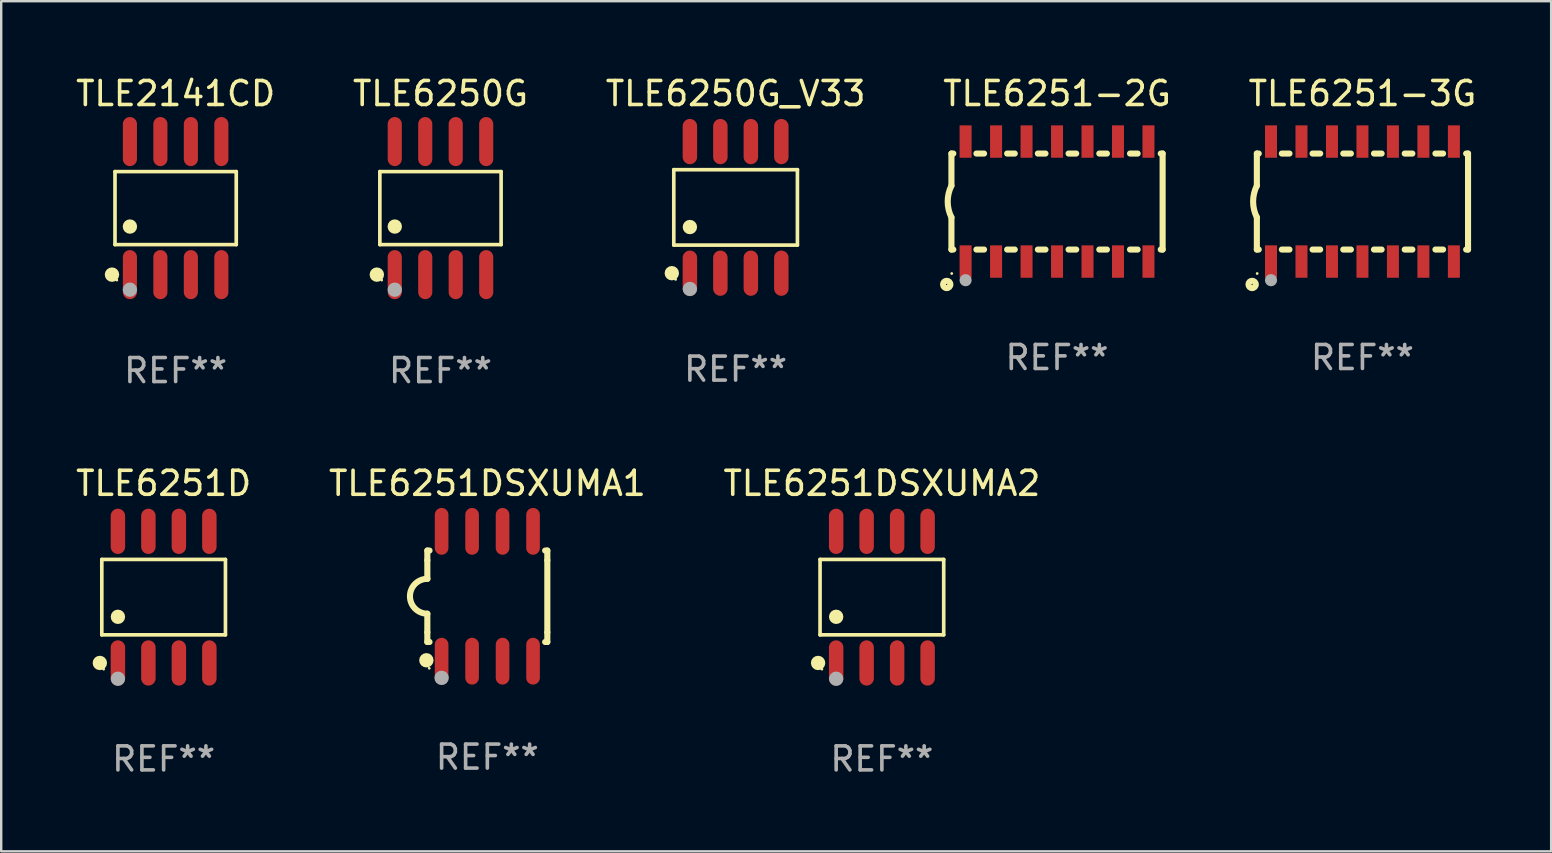
<source format=kicad_pcb>
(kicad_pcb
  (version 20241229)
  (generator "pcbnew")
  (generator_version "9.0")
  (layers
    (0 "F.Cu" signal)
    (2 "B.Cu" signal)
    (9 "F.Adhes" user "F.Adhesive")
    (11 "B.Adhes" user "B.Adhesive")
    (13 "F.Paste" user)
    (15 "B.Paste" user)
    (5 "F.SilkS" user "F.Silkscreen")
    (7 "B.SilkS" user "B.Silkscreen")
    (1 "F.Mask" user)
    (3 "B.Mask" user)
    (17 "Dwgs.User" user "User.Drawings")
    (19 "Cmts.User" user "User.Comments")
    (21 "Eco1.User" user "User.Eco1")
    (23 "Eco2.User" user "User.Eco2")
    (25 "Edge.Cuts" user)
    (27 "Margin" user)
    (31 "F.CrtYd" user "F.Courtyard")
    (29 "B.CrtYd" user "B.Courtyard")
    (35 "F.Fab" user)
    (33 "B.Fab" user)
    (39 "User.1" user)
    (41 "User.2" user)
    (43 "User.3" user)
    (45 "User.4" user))
  (footprint "TLE2141CD"
    (layer "F.Cu")
    (at 4.268 5.621)
    (property "Reference" "TLE2141CD" (at 0 -4.772 0) (layer "F.SilkS") (effects (font (size 1 1) (thickness 0.15))))
    (attr through_hole)
    (fp_line (start -2.526 -1.521) (end 2.526 -1.521) (stroke (width 0.152) (type solid)) (layer "F.SilkS"))
    (fp_line (start -2.526 1.521) (end -2.526 -1.521) (stroke (width 0.152) (type solid)) (layer "F.SilkS"))
    (fp_line (start 2.526 -1.521) (end 2.526 1.521) (stroke (width 0.152) (type solid)) (layer "F.SilkS"))
    (fp_line (start 2.526 1.521) (end -2.526 1.521) (stroke (width 0.152) (type solid)) (layer "F.SilkS"))
    (fp_circle (center -2.652 2.772) (end -2.501 2.772) (stroke (width 0.3) (type solid)) (fill no) (layer "F.SilkS"))
    (fp_circle (center -2.45 3) (end -2.42 3) (stroke (width 0.06) (type solid)) (fill no) (layer "F.SilkS"))
    (fp_circle (center -1.905 0.769) (end -1.755 0.769) (stroke (width 0.3) (type solid)) (fill no) (layer "F.SilkS"))
    (fp_circle (center -1.905 3.4) (end -1.755 3.4) (stroke (width 0.3) (type solid)) (fill no) (layer "F.Fab"))
    (fp_text user "REF**" (at 0 6.772 0) (layer "F.Fab") (effects (font (size 1 1) (thickness 0.15))))
    (pad "1" smd oval (at -1.905 2.772) (size 0.588 2.045) (layers "F.Cu" "F.Mask" "F.Paste"))
    (pad "2" smd oval (at -0.635 2.772) (size 0.588 2.045) (layers "F.Cu" "F.Mask" "F.Paste"))
    (pad "3" smd oval (at 0.635 2.772) (size 0.588 2.045) (layers "F.Cu" "F.Mask" "F.Paste"))
    (pad "4" smd oval (at 1.905 2.772) (size 0.588 2.045) (layers "F.Cu" "F.Mask" "F.Paste"))
    (pad "5" smd oval (at 1.905 -2.772) (size 0.588 2.045) (layers "F.Cu" "F.Mask" "F.Paste"))
    (pad "6" smd oval (at 0.635 -2.772) (size 0.588 2.045) (layers "F.Cu" "F.Mask" "F.Paste"))
    (pad "7" smd oval (at -0.635 -2.772) (size 0.588 2.045) (layers "F.Cu" "F.Mask" "F.Paste"))
    (pad "8" smd oval (at -1.905 -2.772) (size 0.588 2.045) (layers "F.Cu" "F.Mask" "F.Paste")))
  (footprint "TLE6251D"
    (layer "F.Cu")
    (at 3.768 21.832)
    (property "Reference" "TLE6251D" (at 0 -4.742 0) (layer "F.SilkS") (effects (font (size 1 1) (thickness 0.15))))
    (attr through_hole)
    (fp_line (start -2.576 -1.571) (end 2.576 -1.571) (stroke (width 0.152) (type solid)) (layer "F.SilkS"))
    (fp_line (start -2.576 1.571) (end -2.576 -1.571) (stroke (width 0.152) (type solid)) (layer "F.SilkS"))
    (fp_line (start 2.576 -1.571) (end 2.576 1.571) (stroke (width 0.152) (type solid)) (layer "F.SilkS"))
    (fp_line (start 2.576 1.571) (end -2.576 1.571) (stroke (width 0.152) (type solid)) (layer "F.SilkS"))
    (fp_circle (center -2.658 2.742) (end -2.508 2.742) (stroke (width 0.3) (type solid)) (fill no) (layer "F.SilkS"))
    (fp_circle (center -2.5 3) (end -2.47 3) (stroke (width 0.06) (type solid)) (fill no) (layer "F.SilkS"))
    (fp_circle (center -1.905 0.819) (end -1.755 0.819) (stroke (width 0.3) (type solid)) (fill no) (layer "F.SilkS"))
    (fp_circle (center -1.905 3.4) (end -1.755 3.4) (stroke (width 0.3) (type solid)) (fill no) (layer "F.Fab"))
    (fp_text user "REF**" (at 0 6.742 0) (layer "F.Fab") (effects (font (size 1 1) (thickness 0.15))))
    (pad "1" smd oval (at -1.905 2.742) (size 0.602 1.885) (layers "F.Cu" "F.Mask" "F.Paste"))
    (pad "2" smd oval (at -0.635 2.742) (size 0.602 1.885) (layers "F.Cu" "F.Mask" "F.Paste"))
    (pad "3" smd oval (at 0.635 2.742) (size 0.602 1.885) (layers "F.Cu" "F.Mask" "F.Paste"))
    (pad "4" smd oval (at 1.905 2.742) (size 0.602 1.885) (layers "F.Cu" "F.Mask" "F.Paste"))
    (pad "5" smd oval (at 1.905 -2.742) (size 0.602 1.885) (layers "F.Cu" "F.Mask" "F.Paste"))
    (pad "6" smd oval (at 0.635 -2.742) (size 0.602 1.885) (layers "F.Cu" "F.Mask" "F.Paste"))
    (pad "7" smd oval (at -0.635 -2.742) (size 0.602 1.885) (layers "F.Cu" "F.Mask" "F.Paste"))
    (pad "8" smd oval (at -1.905 -2.742) (size 0.602 1.885) (layers "F.Cu" "F.Mask" "F.Paste")))
  (footprint "TLE6250G"
    (layer "F.Cu")
    (at 15.304 5.621)
    (property "Reference" "TLE6250G" (at 0 -4.772 0) (layer "F.SilkS") (effects (font (size 1 1) (thickness 0.15))))
    (attr through_hole)
    (fp_line (start -2.526 -1.521) (end 2.526 -1.521) (stroke (width 0.152) (type solid)) (layer "F.SilkS"))
    (fp_line (start -2.526 1.521) (end -2.526 -1.521) (stroke (width 0.152) (type solid)) (layer "F.SilkS"))
    (fp_line (start 2.526 -1.521) (end 2.526 1.521) (stroke (width 0.152) (type solid)) (layer "F.SilkS"))
    (fp_line (start 2.526 1.521) (end -2.526 1.521) (stroke (width 0.152) (type solid)) (layer "F.SilkS"))
    (fp_circle (center -2.652 2.772) (end -2.501 2.772) (stroke (width 0.3) (type solid)) (fill no) (layer "F.SilkS"))
    (fp_circle (center -2.45 3) (end -2.42 3) (stroke (width 0.06) (type solid)) (fill no) (layer "F.SilkS"))
    (fp_circle (center -1.905 0.769) (end -1.755 0.769) (stroke (width 0.3) (type solid)) (fill no) (layer "F.SilkS"))
    (fp_circle (center -1.905 3.4) (end -1.755 3.4) (stroke (width 0.3) (type solid)) (fill no) (layer "F.Fab"))
    (fp_text user "REF**" (at 0 6.772 0) (layer "F.Fab") (effects (font (size 1 1) (thickness 0.15))))
    (pad "1" smd oval (at -1.905 2.772) (size 0.588 2.045) (layers "F.Cu" "F.Mask" "F.Paste"))
    (pad "2" smd oval (at -0.635 2.772) (size 0.588 2.045) (layers "F.Cu" "F.Mask" "F.Paste"))
    (pad "3" smd oval (at 0.635 2.772) (size 0.588 2.045) (layers "F.Cu" "F.Mask" "F.Paste"))
    (pad "4" smd oval (at 1.905 2.772) (size 0.588 2.045) (layers "F.Cu" "F.Mask" "F.Paste"))
    (pad "5" smd oval (at 1.905 -2.772) (size 0.588 2.045) (layers "F.Cu" "F.Mask" "F.Paste"))
    (pad "6" smd oval (at 0.635 -2.772) (size 0.588 2.045) (layers "F.Cu" "F.Mask" "F.Paste"))
    (pad "7" smd oval (at -0.635 -2.772) (size 0.588 2.045) (layers "F.Cu" "F.Mask" "F.Paste"))
    (pad "8" smd oval (at -1.905 -2.772) (size 0.588 2.045) (layers "F.Cu" "F.Mask" "F.Paste")))
  (footprint "TLE6251DSXUMA2"
    (layer "F.Cu")
    (at 33.696 21.832)
    (property "Reference" "TLE6251DSXUMA2" (at 0 -4.742 0) (layer "F.SilkS") (effects (font (size 1 1) (thickness 0.15))))
    (attr through_hole)
    (fp_line (start -2.576 -1.571) (end 2.576 -1.571) (stroke (width 0.152) (type solid)) (layer "F.SilkS"))
    (fp_line (start -2.576 1.571) (end -2.576 -1.571) (stroke (width 0.152) (type solid)) (layer "F.SilkS"))
    (fp_line (start 2.576 -1.571) (end 2.576 1.571) (stroke (width 0.152) (type solid)) (layer "F.SilkS"))
    (fp_line (start 2.576 1.571) (end -2.576 1.571) (stroke (width 0.152) (type solid)) (layer "F.SilkS"))
    (fp_circle (center -2.658 2.742) (end -2.508 2.742) (stroke (width 0.3) (type solid)) (fill no) (layer "F.SilkS"))
    (fp_circle (center -2.5 3) (end -2.47 3) (stroke (width 0.06) (type solid)) (fill no) (layer "F.SilkS"))
    (fp_circle (center -1.905 0.819) (end -1.755 0.819) (stroke (width 0.3) (type solid)) (fill no) (layer "F.SilkS"))
    (fp_circle (center -1.905 3.4) (end -1.755 3.4) (stroke (width 0.3) (type solid)) (fill no) (layer "F.Fab"))
    (fp_text user "REF**" (at 0 6.742 0) (layer "F.Fab") (effects (font (size 1 1) (thickness 0.15))))
    (pad "1" smd oval (at -1.905 2.742) (size 0.602 1.885) (layers "F.Cu" "F.Mask" "F.Paste"))
    (pad "2" smd oval (at -0.635 2.742) (size 0.602 1.885) (layers "F.Cu" "F.Mask" "F.Paste"))
    (pad "3" smd oval (at 0.635 2.742) (size 0.602 1.885) (layers "F.Cu" "F.Mask" "F.Paste"))
    (pad "4" smd oval (at 1.905 2.742) (size 0.602 1.885) (layers "F.Cu" "F.Mask" "F.Paste"))
    (pad "5" smd oval (at 1.905 -2.742) (size 0.602 1.885) (layers "F.Cu" "F.Mask" "F.Paste"))
    (pad "6" smd oval (at 0.635 -2.742) (size 0.602 1.885) (layers "F.Cu" "F.Mask" "F.Paste"))
    (pad "7" smd oval (at -0.635 -2.742) (size 0.602 1.885) (layers "F.Cu" "F.Mask" "F.Paste"))
    (pad "8" smd oval (at -1.905 -2.742) (size 0.602 1.885) (layers "F.Cu" "F.Mask" "F.Paste")))
  (footprint "TLE6250G_V33"
    (layer "F.Cu")
    (at 27.601 5.591)
    (property "Reference" "TLE6250G_V33" (at 0 -4.742 0) (layer "F.SilkS") (effects (font (size 1 1) (thickness 0.15))))
    (attr through_hole)
    (fp_line (start -2.576 -1.571) (end 2.576 -1.571) (stroke (width 0.152) (type solid)) (layer "F.SilkS"))
    (fp_line (start -2.576 1.571) (end -2.576 -1.571) (stroke (width 0.152) (type solid)) (layer "F.SilkS"))
    (fp_line (start 2.576 -1.571) (end 2.576 1.571) (stroke (width 0.152) (type solid)) (layer "F.SilkS"))
    (fp_line (start 2.576 1.571) (end -2.576 1.571) (stroke (width 0.152) (type solid)) (layer "F.SilkS"))
    (fp_circle (center -2.658 2.742) (end -2.508 2.742) (stroke (width 0.3) (type solid)) (fill no) (layer "F.SilkS"))
    (fp_circle (center -2.5 3) (end -2.47 3) (stroke (width 0.06) (type solid)) (fill no) (layer "F.SilkS"))
    (fp_circle (center -1.905 0.819) (end -1.755 0.819) (stroke (width 0.3) (type solid)) (fill no) (layer "F.SilkS"))
    (fp_circle (center -1.905 3.4) (end -1.755 3.4) (stroke (width 0.3) (type solid)) (fill no) (layer "F.Fab"))
    (fp_text user "REF**" (at 0 6.742 0) (layer "F.Fab") (effects (font (size 1 1) (thickness 0.15))))
    (pad "1" smd oval (at -1.905 2.742) (size 0.602 1.885) (layers "F.Cu" "F.Mask" "F.Paste"))
    (pad "2" smd oval (at -0.635 2.742) (size 0.602 1.885) (layers "F.Cu" "F.Mask" "F.Paste"))
    (pad "3" smd oval (at 0.635 2.742) (size 0.602 1.885) (layers "F.Cu" "F.Mask" "F.Paste"))
    (pad "4" smd oval (at 1.905 2.742) (size 0.602 1.885) (layers "F.Cu" "F.Mask" "F.Paste"))
    (pad "5" smd oval (at 1.905 -2.742) (size 0.602 1.885) (layers "F.Cu" "F.Mask" "F.Paste"))
    (pad "6" smd oval (at 0.635 -2.742) (size 0.602 1.885) (layers "F.Cu" "F.Mask" "F.Paste"))
    (pad "7" smd oval (at -0.635 -2.742) (size 0.602 1.885) (layers "F.Cu" "F.Mask" "F.Paste"))
    (pad "8" smd oval (at -1.905 -2.742) (size 0.602 1.885) (layers "F.Cu" "F.Mask" "F.Paste")))
  (footprint "TLE6251-2G"
    (layer "F.Cu")
    (at 40.994 5.348)
    (property "Reference" "TLE6251-2G" (at 0 -4.5 0) (layer "F.SilkS") (effects (font (size 1 1) (thickness 0.15))))
    (attr through_hole)
    (fp_line (start -4.4 -2) (end -4.4 -0.66) (stroke (width 0.254) (type solid)) (layer "F.SilkS"))
    (fp_line (start -4.4 -2) (end -4.321 -2) (stroke (width 0.254) (type solid)) (layer "F.SilkS"))
    (fp_line (start -4.4 2) (end -4.4 0.66) (stroke (width 0.254) (type solid)) (layer "F.SilkS"))
    (fp_line (start -4.4 2) (end -4.321 2) (stroke (width 0.254) (type solid)) (layer "F.SilkS"))
    (fp_line (start -3.359 -2) (end -3.041 -2) (stroke (width 0.254) (type solid)) (layer "F.SilkS"))
    (fp_line (start -3.359 2) (end -3.041 2) (stroke (width 0.254) (type solid)) (layer "F.SilkS"))
    (fp_line (start -2.079 -2) (end -1.761 -2) (stroke (width 0.254) (type solid)) (layer "F.SilkS"))
    (fp_line (start -2.079 2) (end -1.761 2) (stroke (width 0.254) (type solid)) (layer "F.SilkS"))
    (fp_line (start -0.799 -2) (end -0.481 -2) (stroke (width 0.254) (type solid)) (layer "F.SilkS"))
    (fp_line (start -0.799 2) (end -0.481 2) (stroke (width 0.254) (type solid)) (layer "F.SilkS"))
    (fp_line (start 0.481 -2) (end 0.799 -2) (stroke (width 0.254) (type solid)) (layer "F.SilkS"))
    (fp_line (start 0.481 2) (end 0.799 2) (stroke (width 0.254) (type solid)) (layer "F.SilkS"))
    (fp_line (start 1.761 -2) (end 2.079 -2) (stroke (width 0.254) (type solid)) (layer "F.SilkS"))
    (fp_line (start 1.761 2) (end 2.079 2) (stroke (width 0.254) (type solid)) (layer "F.SilkS"))
    (fp_line (start 3.041 -2) (end 3.359 -2) (stroke (width 0.254) (type solid)) (layer "F.SilkS"))
    (fp_line (start 3.041 2) (end 3.359 2) (stroke (width 0.254) (type solid)) (layer "F.SilkS"))
    (fp_line (start 4.321 -2) (end 4.4 -2) (stroke (width 0.254) (type solid)) (layer "F.SilkS"))
    (fp_line (start 4.321 2) (end 4.4 2) (stroke (width 0.254) (type solid)) (layer "F.SilkS"))
    (fp_line (start 4.4 2) (end 4.4 -2) (stroke (width 0.254) (type solid)) (layer "F.SilkS"))
    (fp_arc (start -4.399314 0.660274) (mid -4.555404 0.000172) (end -4.400025 -0.660097) (stroke (width 0.254001) (type solid)) (layer "F.SilkS"))
    (fp_circle (center -4.597 3.454) (end -4.572 3.454) (stroke (width 0.254) (type solid)) (fill no) (layer "F.SilkS"))
    (fp_circle (center -4.387 2.999) (end -4.357 2.999) (stroke (width 0.06) (type solid)) (fill no) (layer "F.SilkS"))
    (fp_circle (center -3.81 3.277) (end -3.683 3.277) (stroke (width 0.254) (type solid)) (fill no) (layer "F.Fab"))
    (fp_text user "REF**" (at 0 6.5 0) (layer "F.Fab") (effects (font (size 1 1) (thickness 0.15))))
    (pad "1" smd rect (at -3.81 2.5 90) (size 1.35 0.5) (layers "F.Cu" "F.Mask" "F.Paste"))
    (pad "2" smd rect (at -2.54 2.5 90) (size 1.35 0.5) (layers "F.Cu" "F.Mask" "F.Paste"))
    (pad "3" smd rect (at -1.27 2.5 90) (size 1.35 0.5) (layers "F.Cu" "F.Mask" "F.Paste"))
    (pad "4" smd rect (at -0.000025 2.5 90) (size 1.35 0.5) (layers "F.Cu" "F.Mask" "F.Paste"))
    (pad "5" smd rect (at 1.27 2.5 90) (size 1.35 0.5) (layers "F.Cu" "F.Mask" "F.Paste"))
    (pad "6" smd rect (at 2.54 2.5 90) (size 1.35 0.5) (layers "F.Cu" "F.Mask" "F.Paste"))
    (pad "7" smd rect (at 3.81 2.5 90) (size 1.35 0.5) (layers "F.Cu" "F.Mask" "F.Paste"))
    (pad "8" smd rect (at 3.81 -2.5 90) (size 1.35 0.5) (layers "F.Cu" "F.Mask" "F.Paste"))
    (pad "9" smd rect (at 2.54 -2.5 90) (size 1.35 0.5) (layers "F.Cu" "F.Mask" "F.Paste"))
    (pad "10" smd rect (at 1.27 -2.5 90) (size 1.35 0.5) (layers "F.Cu" "F.Mask" "F.Paste"))
    (pad "11" smd rect (at -0.000025 -2.5 90) (size 1.35 0.5) (layers "F.Cu" "F.Mask" "F.Paste"))
    (pad "12" smd rect (at -1.27 -2.5 90) (size 1.35 0.5) (layers "F.Cu" "F.Mask" "F.Paste"))
    (pad "13" smd rect (at -2.54 -2.5 90) (size 1.35 0.5) (layers "F.Cu" "F.Mask" "F.Paste"))
    (pad "14" smd rect (at -3.81 -2.5 90) (size 1.35 0.5) (layers "F.Cu" "F.Mask" "F.Paste")))
  (footprint "TLE6251-3G"
    (layer "F.Cu")
    (at 53.72 5.348)
    (property "Reference" "TLE6251-3G" (at 0 -4.5 0) (layer "F.SilkS") (effects (font (size 1 1) (thickness 0.15))))
    (attr through_hole)
    (fp_line (start -4.4 -2) (end -4.4 -0.66) (stroke (width 0.254) (type solid)) (layer "F.SilkS"))
    (fp_line (start -4.4 -2) (end -4.321 -2) (stroke (width 0.254) (type solid)) (layer "F.SilkS"))
    (fp_line (start -4.4 2) (end -4.4 0.66) (stroke (width 0.254) (type solid)) (layer "F.SilkS"))
    (fp_line (start -4.4 2) (end -4.321 2) (stroke (width 0.254) (type solid)) (layer "F.SilkS"))
    (fp_line (start -3.359 -2) (end -3.041 -2) (stroke (width 0.254) (type solid)) (layer "F.SilkS"))
    (fp_line (start -3.359 2) (end -3.041 2) (stroke (width 0.254) (type solid)) (layer "F.SilkS"))
    (fp_line (start -2.079 -2) (end -1.761 -2) (stroke (width 0.254) (type solid)) (layer "F.SilkS"))
    (fp_line (start -2.079 2) (end -1.761 2) (stroke (width 0.254) (type solid)) (layer "F.SilkS"))
    (fp_line (start -0.799 -2) (end -0.481 -2) (stroke (width 0.254) (type solid)) (layer "F.SilkS"))
    (fp_line (start -0.799 2) (end -0.481 2) (stroke (width 0.254) (type solid)) (layer "F.SilkS"))
    (fp_line (start 0.481 -2) (end 0.799 -2) (stroke (width 0.254) (type solid)) (layer "F.SilkS"))
    (fp_line (start 0.481 2) (end 0.799 2) (stroke (width 0.254) (type solid)) (layer "F.SilkS"))
    (fp_line (start 1.761 -2) (end 2.079 -2) (stroke (width 0.254) (type solid)) (layer "F.SilkS"))
    (fp_line (start 1.761 2) (end 2.079 2) (stroke (width 0.254) (type solid)) (layer "F.SilkS"))
    (fp_line (start 3.041 -2) (end 3.359 -2) (stroke (width 0.254) (type solid)) (layer "F.SilkS"))
    (fp_line (start 3.041 2) (end 3.359 2) (stroke (width 0.254) (type solid)) (layer "F.SilkS"))
    (fp_line (start 4.321 -2) (end 4.4 -2) (stroke (width 0.254) (type solid)) (layer "F.SilkS"))
    (fp_line (start 4.321 2) (end 4.4 2) (stroke (width 0.254) (type solid)) (layer "F.SilkS"))
    (fp_line (start 4.4 2) (end 4.4 -2) (stroke (width 0.254) (type solid)) (layer "F.SilkS"))
    (fp_arc (start -4.399314 0.660274) (mid -4.555404 0.000172) (end -4.400025 -0.660097) (stroke (width 0.254001) (type solid)) (layer "F.SilkS"))
    (fp_circle (center -4.597 3.454) (end -4.572 3.454) (stroke (width 0.254) (type solid)) (fill no) (layer "F.SilkS"))
    (fp_circle (center -4.387 2.999) (end -4.357 2.999) (stroke (width 0.06) (type solid)) (fill no) (layer "F.SilkS"))
    (fp_circle (center -3.81 3.277) (end -3.683 3.277) (stroke (width 0.254) (type solid)) (fill no) (layer "F.Fab"))
    (fp_text user "REF**" (at 0 6.5 0) (layer "F.Fab") (effects (font (size 1 1) (thickness 0.15))))
    (pad "1" smd rect (at -3.81 2.5 90) (size 1.35 0.5) (layers "F.Cu" "F.Mask" "F.Paste"))
    (pad "2" smd rect (at -2.54 2.5 90) (size 1.35 0.5) (layers "F.Cu" "F.Mask" "F.Paste"))
    (pad "3" smd rect (at -1.27 2.5 90) (size 1.35 0.5) (layers "F.Cu" "F.Mask" "F.Paste"))
    (pad "4" smd rect (at -0.000025 2.5 90) (size 1.35 0.5) (layers "F.Cu" "F.Mask" "F.Paste"))
    (pad "5" smd rect (at 1.27 2.5 90) (size 1.35 0.5) (layers "F.Cu" "F.Mask" "F.Paste"))
    (pad "6" smd rect (at 2.54 2.5 90) (size 1.35 0.5) (layers "F.Cu" "F.Mask" "F.Paste"))
    (pad "7" smd rect (at 3.81 2.5 90) (size 1.35 0.5) (layers "F.Cu" "F.Mask" "F.Paste"))
    (pad "8" smd rect (at 3.81 -2.5 90) (size 1.35 0.5) (layers "F.Cu" "F.Mask" "F.Paste"))
    (pad "9" smd rect (at 2.54 -2.5 90) (size 1.35 0.5) (layers "F.Cu" "F.Mask" "F.Paste"))
    (pad "10" smd rect (at 1.27 -2.5 90) (size 1.35 0.5) (layers "F.Cu" "F.Mask" "F.Paste"))
    (pad "11" smd rect (at -0.000025 -2.5 90) (size 1.35 0.5) (layers "F.Cu" "F.Mask" "F.Paste"))
    (pad "12" smd rect (at -1.27 -2.5 90) (size 1.35 0.5) (layers "F.Cu" "F.Mask" "F.Paste"))
    (pad "13" smd rect (at -2.54 -2.5 90) (size 1.35 0.5) (layers "F.Cu" "F.Mask" "F.Paste"))
    (pad "14" smd rect (at -3.81 -2.5 90) (size 1.35 0.5) (layers "F.Cu" "F.Mask" "F.Paste")))
  (footprint "TLE6251DSXUMA1"
    (layer "F.Cu")
    (at 17.256 21.795)
    (property "Reference" "TLE6251DSXUMA1" (at 0 -4.705 0) (layer "F.SilkS") (effects (font (size 1 1) (thickness 0.15))))
    (attr through_hole)
    (fp_line (start -2.5 -1.905) (end -2.409 -1.905) (stroke (width 0.254) (type solid)) (layer "F.SilkS"))
    (fp_line (start -2.5 -1.5) (end -2.5 -1.905) (stroke (width 0.254) (type solid)) (layer "F.SilkS"))
    (fp_line (start -2.5 -1.5) (end -2.5 -0.726) (stroke (width 0.254) (type solid)) (layer "F.SilkS"))
    (fp_line (start -2.5 1.5) (end -2.5 0.727) (stroke (width 0.254) (type solid)) (layer "F.SilkS"))
    (fp_line (start -2.5 1.5) (end -2.5 1.905) (stroke (width 0.254) (type solid)) (layer "F.SilkS"))
    (fp_line (start -2.5 1.905) (end -2.409 1.905) (stroke (width 0.254) (type solid)) (layer "F.SilkS"))
    (fp_line (start 2.5 -1.905) (end 2.409 -1.905) (stroke (width 0.254) (type solid)) (layer "F.SilkS"))
    (fp_line (start 2.5 -1.5) (end 2.5 -1.905) (stroke (width 0.254) (type solid)) (layer "F.SilkS"))
    (fp_line (start 2.5 -1.5) (end 2.5 1.5) (stroke (width 0.254) (type solid)) (layer "F.SilkS"))
    (fp_line (start 2.5 1.5) (end 2.5 1.905) (stroke (width 0.254) (type solid)) (layer "F.SilkS"))
    (fp_line (start 2.5 1.905) (end 2.409 1.905) (stroke (width 0.254) (type solid)) (layer "F.SilkS"))
    (fp_arc (start -2.5 0.726568) (mid -3.220316 -0.0023) (end -2.495097 -0.726289) (stroke (width 0.254001) (type solid)) (layer "F.SilkS"))
    (fp_circle (center -2.54 2.667) (end -2.39 2.667) (stroke (width 0.3) (type solid)) (fill no) (layer "F.SilkS"))
    (fp_circle (center -2.42 3) (end -2.39 3) (stroke (width 0.06) (type solid)) (fill no) (layer "F.SilkS"))
    (fp_circle (center -1.905 3.4) (end -1.755 3.4) (stroke (width 0.3) (type solid)) (fill no) (layer "F.Fab"))
    (fp_text user "REF**" (at 0 6.705 0) (layer "F.Fab") (effects (font (size 1 1) (thickness 0.15))))
    (pad "1" smd oval (at -1.905 2.705) (size 0.568 1.95) (layers "F.Cu" "F.Mask" "F.Paste"))
    (pad "2" smd oval (at -0.635 2.705) (size 0.568 1.95) (layers "F.Cu" "F.Mask" "F.Paste"))
    (pad "3" smd oval (at 0.635 2.705) (size 0.568 1.95) (layers "F.Cu" "F.Mask" "F.Paste"))
    (pad "4" smd oval (at 1.905 2.705) (size 0.568 1.95) (layers "F.Cu" "F.Mask" "F.Paste"))
    (pad "5" smd oval (at 1.905 -2.705) (size 0.568 1.95) (layers "F.Cu" "F.Mask" "F.Paste"))
    (pad "6" smd oval (at 0.635 -2.705) (size 0.568 1.95) (layers "F.Cu" "F.Mask" "F.Paste"))
    (pad "7" smd oval (at -0.635 -2.705) (size 0.568 1.95) (layers "F.Cu" "F.Mask" "F.Paste"))
    (pad "8" smd oval (at -1.905 -2.705) (size 0.568 1.95) (layers "F.Cu" "F.Mask" "F.Paste")))
  (gr_rect
    (start -3 -3)
    (end 61.583 32.423)
    (stroke (width 0.1) (type default))
    (fill no)
    (layer "Edge.Cuts")))
</source>
